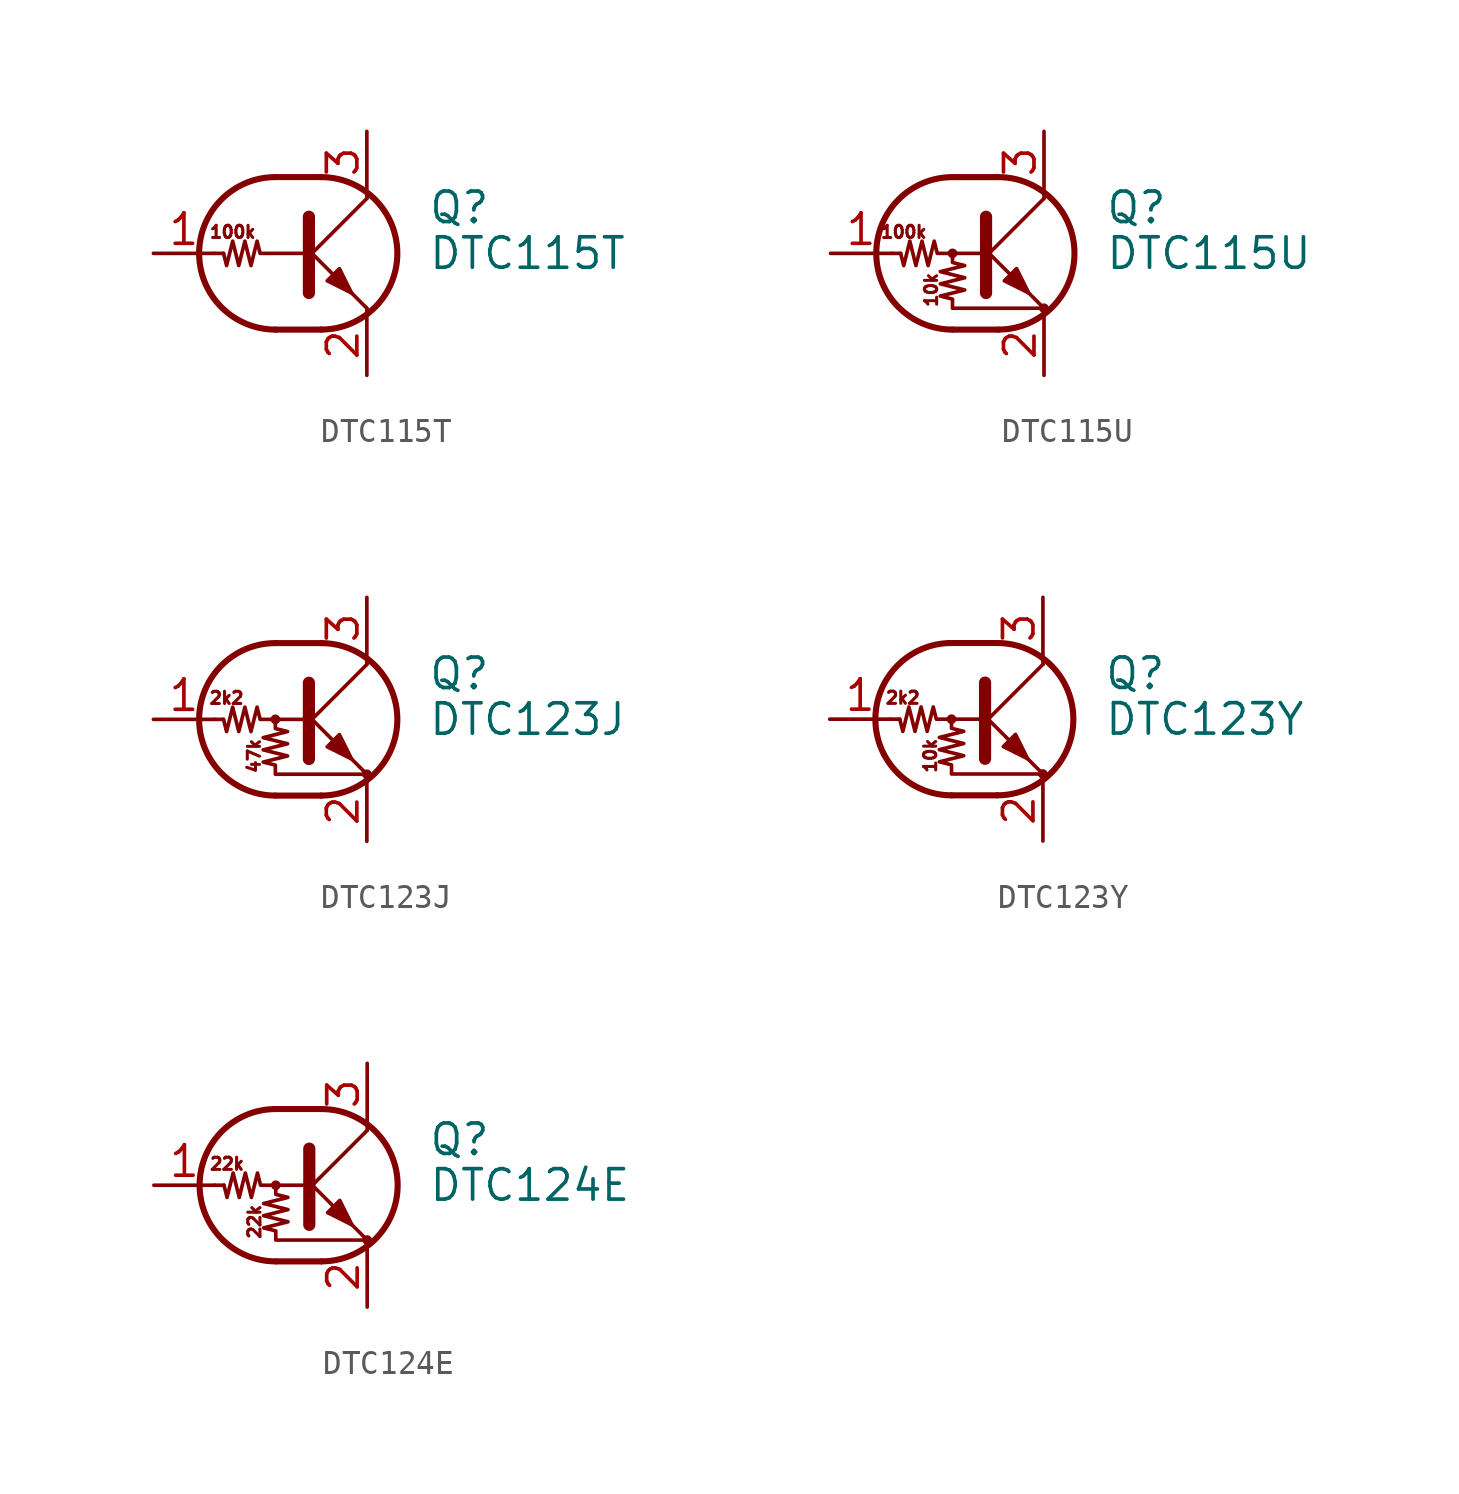
<source format=kicad_sym>
(kicad_symbol_lib
  (version 20201005)
  (generator kicad_symbol_editor)
  (symbol "Transistor_BJT:DTC115T"
    (pin_names
      (offset 0) hide)
    (property "Reference" "Q"
      (at 5.08 1.905 0)
      (effects (font (size 1.27 1.27)) (justify left)))
    (property "Value" "DTC115T"
      (at 5.08 0 0)
      (effects (font (size 1.27 1.27)) (justify left)))
    (symbol "DTC115T_0_0"
      (text "100k" (at -3.048 0.889 0) (effects (font (size 0.508 0.508))))
      (polyline (pts (xy 2.54 -2.286) (xy 2.54 -2.54)) (stroke (width 0)) (fill (type none))))
    (symbol "DTC115T_0_1"
      (arc (start -1.27 3.175) (end -1.27 -3.175) (radius (at -1.27 0) (length 3.175) (angles 90.1 -90.1)) (stroke (width 0.254)) (fill (type none)))
      (arc (start 0.635 -3.175) (end 0.635 3.175) (radius (at 0.635 0) (length 3.175) (angles -89.9 89.9)) (stroke (width 0.254)) (fill (type none)))
      (polyline (pts (xy -3.429 0) (xy -3.81 0)) (stroke (width 0)) (fill (type none)))
      (polyline (pts (xy -1.27 -3.175) (xy 0.635 -3.175)) (stroke (width 0.254)) (fill (type none)))
      (polyline (pts (xy -1.27 3.175) (xy 0.635 3.175)) (stroke (width 0.254)) (fill (type none)))
      (polyline (pts (xy 0 -0.254) (xy 2.54 2.286)) (stroke (width 0)) (fill (type none)))
      (polyline (pts (xy 0.127 1.524) (xy 0.127 -1.651)) (stroke (width 0.508)) (fill (type outline)))
      (polyline (pts (xy 2.54 2.286) (xy 2.54 2.54)) (stroke (width 0)) (fill (type none)))
      (polyline (pts (xy 2.54 -2.286) (xy 0 0.254) (xy 0 0.254)) (stroke (width 0)) (fill (type none)))
      (polyline (pts (xy 0.889 -1.143) (xy 1.397 -0.635) (xy 1.905 -1.651) (xy 0.889 -1.143)) (stroke (width 0)) (fill (type outline)))
      (polyline (pts (xy 0 0) (xy -1.905 0) (xy -2.032 0.508) (xy -2.286 -0.508) (xy -2.54 0.508) (xy -2.794 -0.508) (xy -3.048 0.508) (xy -3.302 -0.508) (xy -3.429 0)) (stroke (width 0)) (fill (type none))))
    (symbol "DTC115T_1_1"
      (pin input line (at -6.35 0 0) (length 2.54) (name "B" (effects (font (size 1.27 1.27)))) (number "1" (effects (font (size 1.27 1.27)))))
      (pin passive line (at 2.54 -5.08 90) (length 2.54) (name "E" (effects (font (size 1.27 1.27)))) (number "2" (effects (font (size 1.27 1.27)))))
      (pin passive line (at 2.54 5.08 270) (length 2.54) (name "C" (effects (font (size 1.27 1.27)))) (number "3" (effects (font (size 1.27 1.27)))))))
  (symbol "Transistor_BJT:DTC115U"
    (pin_names
      (offset 0) hide)
    (property "Reference" "Q"
      (at 5.08 1.905 0)
      (effects (font (size 1.27 1.27)) (justify left)))
    (property "Value" "DTC115U"
      (at 5.08 0 0)
      (effects (font (size 1.27 1.27)) (justify left)))
    (symbol "DTC115U_0_0"
      (text "100k" (at -3.302 0.889 0) (effects (font (size 0.508 0.508))))
      (text "10k" (at -2.159 -1.524 900) (effects (font (size 0.508 0.508)))))
    (symbol "DTC115U_0_1"
      (arc (start -1.27 3.175) (end -1.27 -3.175) (radius (at -1.27 0) (length 3.175) (angles 90.1 -90.1)) (stroke (width 0.254)) (fill (type none)))
      (arc (start 0.635 -3.175) (end 0.635 3.175) (radius (at 0.635 0) (length 3.175) (angles -89.9 89.9)) (stroke (width 0.254)) (fill (type none)))
      (circle (center -1.27 0) (radius 0.127) (stroke (width 0)) (fill (type none)))
      (circle (center 2.54 -2.286) (radius 0.127) (stroke (width 0)) (fill (type none)))
      (polyline (pts (xy -3.429 0) (xy -3.81 0)) (stroke (width 0)) (fill (type none)))
      (polyline (pts (xy -1.27 -3.175) (xy 0.635 -3.175)) (stroke (width 0.254)) (fill (type none)))
      (polyline (pts (xy -1.27 3.175) (xy 0.635 3.175)) (stroke (width 0.254)) (fill (type none)))
      (polyline (pts (xy 0 -0.254) (xy 2.54 2.286)) (stroke (width 0)) (fill (type none)))
      (polyline (pts (xy 0.127 1.524) (xy 0.127 -1.651)) (stroke (width 0.508)) (fill (type outline)))
      (polyline (pts (xy 2.54 2.286) (xy 2.54 2.54)) (stroke (width 0)) (fill (type none)))
      (polyline (pts (xy 2.54 -2.286) (xy 0 0.254) (xy 0 0.254)) (stroke (width 0)) (fill (type none)))
      (polyline (pts (xy 0.889 -1.143) (xy 1.397 -0.635) (xy 1.905 -1.651) (xy 0.889 -1.143)) (stroke (width 0)) (fill (type outline)))
      (polyline (pts (xy 0 0) (xy -1.905 0) (xy -2.032 0.508) (xy -2.286 -0.508) (xy -2.54 0.508) (xy -2.794 -0.508) (xy -3.048 0.508) (xy -3.302 -0.508) (xy -3.429 0)) (stroke (width 0)) (fill (type none)))
      (polyline (pts (xy -1.27 0) (xy -1.27 -0.381) (xy -0.762 -0.508) (xy -1.778 -0.762) (xy -0.762 -1.016) (xy -1.778 -1.27) (xy -0.762 -1.524) (xy -1.778 -1.778) (xy -1.27 -1.905) (xy -1.27 -2.286) (xy 2.54 -2.286)) (stroke (width 0)) (fill (type none))))
    (symbol "DTC115U_1_1"
      (pin input line (at -6.35 0 0) (length 2.54) (name "B" (effects (font (size 1.27 1.27)))) (number "1" (effects (font (size 1.27 1.27)))))
      (pin passive line (at 2.54 -5.08 90) (length 2.54) (name "E" (effects (font (size 1.27 1.27)))) (number "2" (effects (font (size 1.27 1.27)))))
      (pin passive line (at 2.54 5.08 270) (length 2.54) (name "C" (effects (font (size 1.27 1.27)))) (number "3" (effects (font (size 1.27 1.27)))))))
  (symbol "Transistor_BJT:DTC123J"
    (pin_names
      (offset 0) hide)
    (property "Reference" "Q"
      (at 5.08 1.905 0)
      (effects (font (size 1.27 1.27)) (justify left)))
    (property "Value" "DTC123J"
      (at 5.08 0 0)
      (effects (font (size 1.27 1.27)) (justify left)))
    (symbol "DTC123J_0_0"
      (text "2k2" (at -3.302 0.889 0) (effects (font (size 0.508 0.508))))
      (text "47k" (at -2.159 -1.524 900) (effects (font (size 0.508 0.508)))))
    (symbol "DTC123J_0_1"
      (arc (start -1.27 3.175) (end -1.27 -3.175) (radius (at -1.27 0) (length 3.175) (angles 90.1 -90.1)) (stroke (width 0.254)) (fill (type none)))
      (arc (start 0.635 -3.175) (end 0.635 3.175) (radius (at 0.635 0) (length 3.175) (angles -89.9 89.9)) (stroke (width 0.254)) (fill (type none)))
      (circle (center -1.27 0) (radius 0.127) (stroke (width 0)) (fill (type none)))
      (circle (center 2.54 -2.286) (radius 0.127) (stroke (width 0)) (fill (type none)))
      (polyline (pts (xy -3.429 0) (xy -3.81 0)) (stroke (width 0)) (fill (type none)))
      (polyline (pts (xy -1.27 -3.175) (xy 0.635 -3.175)) (stroke (width 0.254)) (fill (type none)))
      (polyline (pts (xy -1.27 3.175) (xy 0.635 3.175)) (stroke (width 0.254)) (fill (type none)))
      (polyline (pts (xy 0 -0.254) (xy 2.54 2.286)) (stroke (width 0)) (fill (type none)))
      (polyline (pts (xy 0.127 1.524) (xy 0.127 -1.651)) (stroke (width 0.508)) (fill (type outline)))
      (polyline (pts (xy 2.54 2.286) (xy 2.54 2.54)) (stroke (width 0)) (fill (type none)))
      (polyline (pts (xy 2.54 -2.286) (xy 0 0.254) (xy 0 0.254)) (stroke (width 0)) (fill (type none)))
      (polyline (pts (xy 0.889 -1.143) (xy 1.397 -0.635) (xy 1.905 -1.651) (xy 0.889 -1.143)) (stroke (width 0)) (fill (type outline)))
      (polyline (pts (xy 0 0) (xy -1.905 0) (xy -2.032 0.508) (xy -2.286 -0.508) (xy -2.54 0.508) (xy -2.794 -0.508) (xy -3.048 0.508) (xy -3.302 -0.508) (xy -3.429 0)) (stroke (width 0)) (fill (type none)))
      (polyline (pts (xy -1.27 0) (xy -1.27 -0.381) (xy -0.762 -0.508) (xy -1.778 -0.762) (xy -0.762 -1.016) (xy -1.778 -1.27) (xy -0.762 -1.524) (xy -1.778 -1.778) (xy -1.27 -1.905) (xy -1.27 -2.286) (xy 2.54 -2.286)) (stroke (width 0)) (fill (type none))))
    (symbol "DTC123J_1_1"
      (pin input line (at -6.35 0 0) (length 2.54) (name "B" (effects (font (size 1.27 1.27)))) (number "1" (effects (font (size 1.27 1.27)))))
      (pin passive line (at 2.54 -5.08 90) (length 2.54) (name "E" (effects (font (size 1.27 1.27)))) (number "2" (effects (font (size 1.27 1.27)))))
      (pin passive line (at 2.54 5.08 270) (length 2.54) (name "C" (effects (font (size 1.27 1.27)))) (number "3" (effects (font (size 1.27 1.27)))))))
  (symbol "Transistor_BJT:DTC123Y"
    (pin_names
      (offset 0) hide)
    (property "Reference" "Q"
      (at 5.08 1.905 0)
      (effects (font (size 1.27 1.27)) (justify left)))
    (property "Value" "DTC123Y"
      (at 5.08 0 0)
      (effects (font (size 1.27 1.27)) (justify left)))
    (symbol "DTC123Y_0_0"
      (text "10k" (at -2.159 -1.524 900) (effects (font (size 0.508 0.508))))
      (text "2k2" (at -3.302 0.889 0) (effects (font (size 0.508 0.508)))))
    (symbol "DTC123Y_0_1"
      (arc (start -1.27 3.175) (end -1.27 -3.175) (radius (at -1.27 0) (length 3.175) (angles 90.1 -90.1)) (stroke (width 0.254)) (fill (type none)))
      (arc (start 0.635 -3.175) (end 0.635 3.175) (radius (at 0.635 0) (length 3.175) (angles -89.9 89.9)) (stroke (width 0.254)) (fill (type none)))
      (circle (center -1.27 0) (radius 0.127) (stroke (width 0)) (fill (type none)))
      (circle (center 2.54 -2.286) (radius 0.127) (stroke (width 0)) (fill (type none)))
      (polyline (pts (xy -3.429 0) (xy -3.81 0)) (stroke (width 0)) (fill (type none)))
      (polyline (pts (xy -1.27 -3.175) (xy 0.635 -3.175)) (stroke (width 0.254)) (fill (type none)))
      (polyline (pts (xy -1.27 3.175) (xy 0.635 3.175)) (stroke (width 0.254)) (fill (type none)))
      (polyline (pts (xy 0 -0.254) (xy 2.54 2.286)) (stroke (width 0)) (fill (type none)))
      (polyline (pts (xy 0.127 1.524) (xy 0.127 -1.651)) (stroke (width 0.508)) (fill (type outline)))
      (polyline (pts (xy 2.54 2.286) (xy 2.54 2.54)) (stroke (width 0)) (fill (type none)))
      (polyline (pts (xy 2.54 -2.286) (xy 0 0.254) (xy 0 0.254)) (stroke (width 0)) (fill (type none)))
      (polyline (pts (xy 0.889 -1.143) (xy 1.397 -0.635) (xy 1.905 -1.651) (xy 0.889 -1.143)) (stroke (width 0)) (fill (type outline)))
      (polyline (pts (xy 0 0) (xy -1.905 0) (xy -2.032 0.508) (xy -2.286 -0.508) (xy -2.54 0.508) (xy -2.794 -0.508) (xy -3.048 0.508) (xy -3.302 -0.508) (xy -3.429 0)) (stroke (width 0)) (fill (type none)))
      (polyline (pts (xy -1.27 0) (xy -1.27 -0.381) (xy -0.762 -0.508) (xy -1.778 -0.762) (xy -0.762 -1.016) (xy -1.778 -1.27) (xy -0.762 -1.524) (xy -1.778 -1.778) (xy -1.27 -1.905) (xy -1.27 -2.286) (xy 2.54 -2.286)) (stroke (width 0)) (fill (type none))))
    (symbol "DTC123Y_1_1"
      (pin input line (at -6.35 0 0) (length 2.54) (name "B" (effects (font (size 1.27 1.27)))) (number "1" (effects (font (size 1.27 1.27)))))
      (pin passive line (at 2.54 -5.08 90) (length 2.54) (name "E" (effects (font (size 1.27 1.27)))) (number "2" (effects (font (size 1.27 1.27)))))
      (pin passive line (at 2.54 5.08 270) (length 2.54) (name "C" (effects (font (size 1.27 1.27)))) (number "3" (effects (font (size 1.27 1.27)))))))
  (symbol "Transistor_BJT:DTC124E"
    (pin_names
      (offset 0) hide)
    (property "Reference" "Q"
      (at 5.08 1.905 0)
      (effects (font (size 1.27 1.27)) (justify left)))
    (property "Value" "DTC124E"
      (at 5.08 0 0)
      (effects (font (size 1.27 1.27)) (justify left)))
    (symbol "DTC124E_0_0"
      (text "22k" (at -3.302 0.889 0) (effects (font (size 0.508 0.508))))
      (text "22k" (at -2.159 -1.524 900) (effects (font (size 0.508 0.508)))))
    (symbol "DTC124E_0_1"
      (arc (start -1.27 3.175) (end -1.27 -3.175) (radius (at -1.27 0) (length 3.175) (angles 90.1 -90.1)) (stroke (width 0.254)) (fill (type none)))
      (arc (start 0.635 -3.175) (end 0.635 3.175) (radius (at 0.635 0) (length 3.175) (angles -89.9 89.9)) (stroke (width 0.254)) (fill (type none)))
      (circle (center -1.27 0) (radius 0.127) (stroke (width 0)) (fill (type none)))
      (circle (center 2.54 -2.286) (radius 0.127) (stroke (width 0)) (fill (type none)))
      (polyline (pts (xy -3.429 0) (xy -3.81 0)) (stroke (width 0)) (fill (type none)))
      (polyline (pts (xy -1.27 -3.175) (xy 0.635 -3.175)) (stroke (width 0.254)) (fill (type none)))
      (polyline (pts (xy -1.27 3.175) (xy 0.635 3.175)) (stroke (width 0.254)) (fill (type none)))
      (polyline (pts (xy 0 -0.254) (xy 2.54 2.286)) (stroke (width 0)) (fill (type none)))
      (polyline (pts (xy 0.127 1.524) (xy 0.127 -1.651)) (stroke (width 0.508)) (fill (type outline)))
      (polyline (pts (xy 2.54 2.286) (xy 2.54 2.54)) (stroke (width 0)) (fill (type none)))
      (polyline (pts (xy 2.54 -2.286) (xy 0 0.254) (xy 0 0.254)) (stroke (width 0)) (fill (type none)))
      (polyline (pts (xy 0.889 -1.143) (xy 1.397 -0.635) (xy 1.905 -1.651) (xy 0.889 -1.143)) (stroke (width 0)) (fill (type outline)))
      (polyline (pts (xy 0 0) (xy -1.905 0) (xy -2.032 0.508) (xy -2.286 -0.508) (xy -2.54 0.508) (xy -2.794 -0.508) (xy -3.048 0.508) (xy -3.302 -0.508) (xy -3.429 0)) (stroke (width 0)) (fill (type none)))
      (polyline (pts (xy -1.27 0) (xy -1.27 -0.381) (xy -0.762 -0.508) (xy -1.778 -0.762) (xy -0.762 -1.016) (xy -1.778 -1.27) (xy -0.762 -1.524) (xy -1.778 -1.778) (xy -1.27 -1.905) (xy -1.27 -2.286) (xy 2.54 -2.286)) (stroke (width 0)) (fill (type none))))
    (symbol "DTC124E_1_1"
      (pin input line (at -6.35 0 0) (length 2.54) (name "B" (effects (font (size 1.27 1.27)))) (number "1" (effects (font (size 1.27 1.27)))))
      (pin passive line (at 2.54 -5.08 90) (length 2.54) (name "E" (effects (font (size 1.27 1.27)))) (number "2" (effects (font (size 1.27 1.27)))))
      (pin passive line (at 2.54 5.08 270) (length 2.54) (name "C" (effects (font (size 1.27 1.27)))) (number "3" (effects (font (size 1.27 1.27))))))))
</source>
